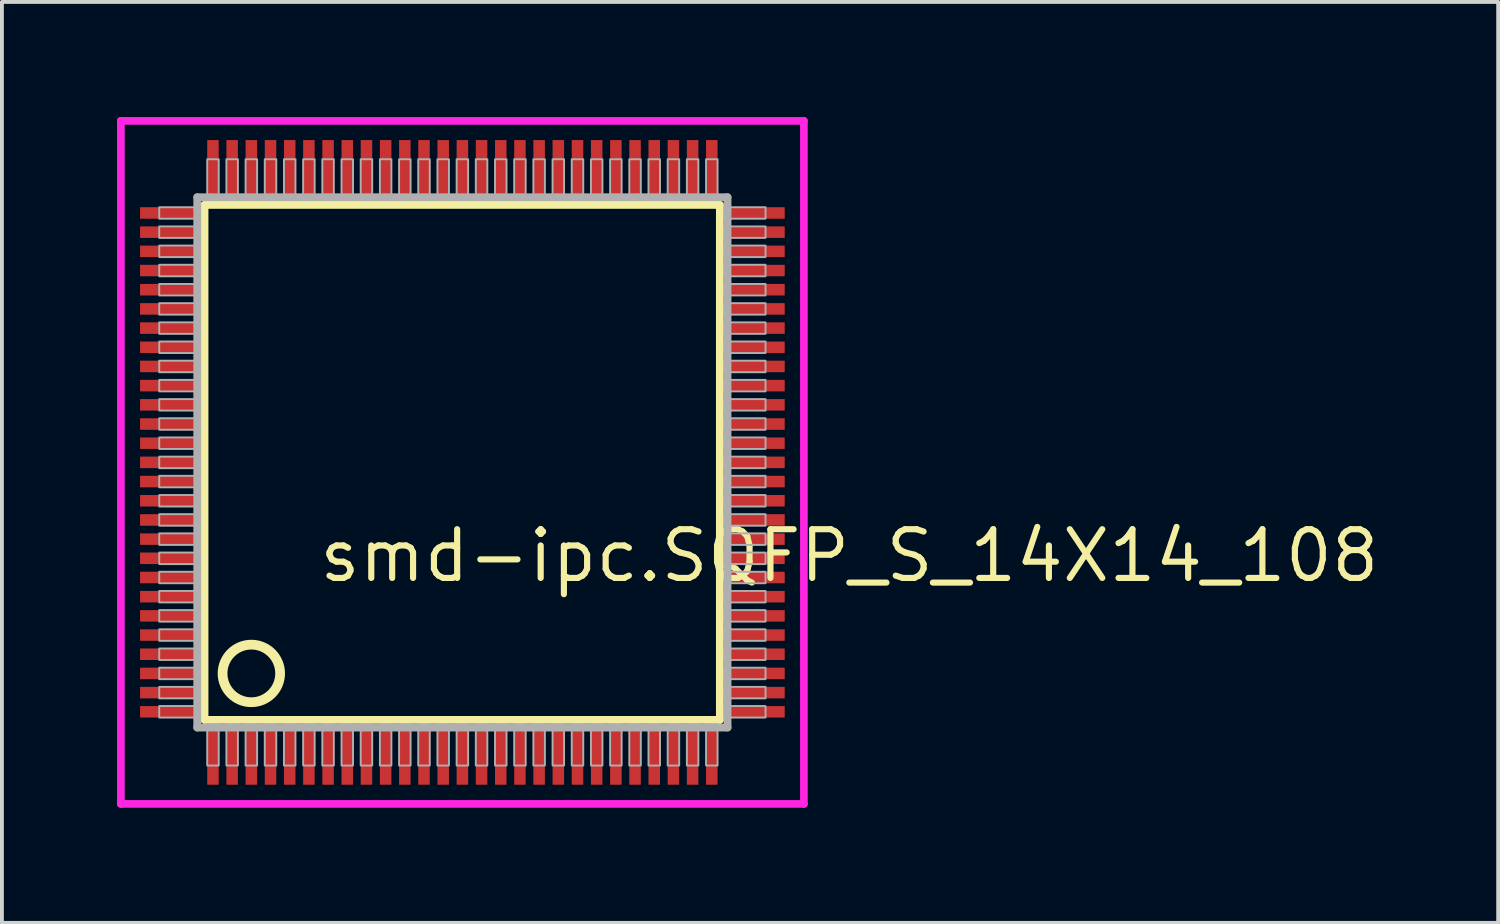
<source format=kicad_pcb>
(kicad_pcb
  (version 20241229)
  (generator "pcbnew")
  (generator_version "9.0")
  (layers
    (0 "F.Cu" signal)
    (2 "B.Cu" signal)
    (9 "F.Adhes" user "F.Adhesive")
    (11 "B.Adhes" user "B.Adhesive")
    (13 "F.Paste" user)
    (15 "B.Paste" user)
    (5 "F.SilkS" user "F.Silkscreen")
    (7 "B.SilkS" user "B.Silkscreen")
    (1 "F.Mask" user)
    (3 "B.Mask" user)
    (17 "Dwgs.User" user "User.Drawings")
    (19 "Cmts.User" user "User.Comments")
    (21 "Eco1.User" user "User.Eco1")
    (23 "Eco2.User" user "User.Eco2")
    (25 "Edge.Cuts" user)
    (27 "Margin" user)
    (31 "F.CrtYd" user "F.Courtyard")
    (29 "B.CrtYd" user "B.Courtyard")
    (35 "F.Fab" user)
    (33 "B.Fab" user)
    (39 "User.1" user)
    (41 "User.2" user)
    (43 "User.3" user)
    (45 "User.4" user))
  (footprint "smd-ipc.SQFP_S_14X14_108"
    (layer "F.Cu")
    (at 9 9)
    (property "Reference" "smd-ipc.SQFP_S_14X14_108" (at -3.81 3.175 0) (layer "F.SilkS") (effects (font (size 1.27 1.27) (thickness 0.16)) (justify left bottom)))
    (attr smd)
    (fp_line (start -6.72 -6.71) (end 6.71 -6.71) (stroke (width 0.203) (type default)) (layer "F.SilkS"))
    (fp_line (start -6.72 6.71) (end -6.72 -6.71) (stroke (width 0.203) (type default)) (layer "F.SilkS"))
    (fp_line (start 6.71 6.71) (end -6.72 6.71) (stroke (width 0.203) (type default)) (layer "F.SilkS"))
    (fp_line (start 6.71 -6.71) (end 6.71 6.71) (stroke (width 0.203) (type default)) (layer "F.SilkS"))
    (fp_circle (center -5.5 5.5) (end -4.75 5.5) (stroke (width 0.254) (type default)) (fill no) (layer "F.SilkS"))
    (fp_line (start -8.9 -8.9) (end 8.9 -8.9) (stroke (width 0.2) (type default)) (layer "F.CrtYd"))
    (fp_line (start -8.9 8.9) (end -8.9 -8.9) (stroke (width 0.2) (type default)) (layer "F.CrtYd"))
    (fp_line (start 8.9 -8.9) (end 8.9 8.9) (stroke (width 0.2) (type default)) (layer "F.CrtYd"))
    (fp_line (start 8.9 8.9) (end -8.9 8.9) (stroke (width 0.2) (type default)) (layer "F.CrtYd"))
    (fp_line (start -6.91 -6.91) (end -6.91 6.91) (stroke (width 0.203) (type default)) (layer "F.Fab"))
    (fp_line (start -6.91 6.91) (end 6.91 6.91) (stroke (width 0.203) (type default)) (layer "F.Fab"))
    (fp_line (start 6.91 -6.91) (end -6.91 -6.91) (stroke (width 0.203) (type default)) (layer "F.Fab"))
    (fp_line (start 6.91 6.91) (end 6.91 -6.91) (stroke (width 0.203) (type default)) (layer "F.Fab"))
    (fp_rect (start -7.9 -6.35) (end -6.95 -6.65) (stroke (width 0.05) (type default)) (fill no) (layer "F.Fab"))
    (fp_rect (start -7.9 -5.85) (end -6.95 -6.15) (stroke (width 0.05) (type default)) (fill no) (layer "F.Fab"))
    (fp_rect (start -7.9 -5.35) (end -6.95 -5.65) (stroke (width 0.05) (type default)) (fill no) (layer "F.Fab"))
    (fp_rect (start -7.9 -4.85) (end -6.95 -5.15) (stroke (width 0.05) (type default)) (fill no) (layer "F.Fab"))
    (fp_rect (start -7.9 -4.35) (end -6.95 -4.65) (stroke (width 0.05) (type default)) (fill no) (layer "F.Fab"))
    (fp_rect (start -7.9 -3.85) (end -6.95 -4.15) (stroke (width 0.05) (type default)) (fill no) (layer "F.Fab"))
    (fp_rect (start -7.9 -3.35) (end -6.95 -3.65) (stroke (width 0.05) (type default)) (fill no) (layer "F.Fab"))
    (fp_rect (start -7.9 -2.85) (end -6.95 -3.15) (stroke (width 0.05) (type default)) (fill no) (layer "F.Fab"))
    (fp_rect (start -7.9 -2.35) (end -6.95 -2.65) (stroke (width 0.05) (type default)) (fill no) (layer "F.Fab"))
    (fp_rect (start -7.9 -1.85) (end -6.95 -2.15) (stroke (width 0.05) (type default)) (fill no) (layer "F.Fab"))
    (fp_rect (start -7.9 -1.35) (end -6.95 -1.65) (stroke (width 0.05) (type default)) (fill no) (layer "F.Fab"))
    (fp_rect (start -7.9 -0.85) (end -6.95 -1.15) (stroke (width 0.05) (type default)) (fill no) (layer "F.Fab"))
    (fp_rect (start -7.9 -0.35) (end -6.95 -0.65) (stroke (width 0.05) (type default)) (fill no) (layer "F.Fab"))
    (fp_rect (start -7.9 0.15) (end -6.95 -0.15) (stroke (width 0.05) (type default)) (fill no) (layer "F.Fab"))
    (fp_rect (start -7.9 0.65) (end -6.95 0.35) (stroke (width 0.05) (type default)) (fill no) (layer "F.Fab"))
    (fp_rect (start -7.9 1.15) (end -6.95 0.85) (stroke (width 0.05) (type default)) (fill no) (layer "F.Fab"))
    (fp_rect (start -7.9 1.65) (end -6.95 1.35) (stroke (width 0.05) (type default)) (fill no) (layer "F.Fab"))
    (fp_rect (start -7.9 2.15) (end -6.95 1.85) (stroke (width 0.05) (type default)) (fill no) (layer "F.Fab"))
    (fp_rect (start -7.9 2.65) (end -6.95 2.35) (stroke (width 0.05) (type default)) (fill no) (layer "F.Fab"))
    (fp_rect (start -7.9 3.15) (end -6.95 2.85) (stroke (width 0.05) (type default)) (fill no) (layer "F.Fab"))
    (fp_rect (start -7.9 3.65) (end -6.95 3.35) (stroke (width 0.05) (type default)) (fill no) (layer "F.Fab"))
    (fp_rect (start -7.9 4.15) (end -6.95 3.85) (stroke (width 0.05) (type default)) (fill no) (layer "F.Fab"))
    (fp_rect (start -7.9 4.65) (end -6.95 4.35) (stroke (width 0.05) (type default)) (fill no) (layer "F.Fab"))
    (fp_rect (start -7.9 5.15) (end -6.95 4.85) (stroke (width 0.05) (type default)) (fill no) (layer "F.Fab"))
    (fp_rect (start -7.9 5.65) (end -6.95 5.35) (stroke (width 0.05) (type default)) (fill no) (layer "F.Fab"))
    (fp_rect (start -7.9 6.15) (end -6.95 5.85) (stroke (width 0.05) (type default)) (fill no) (layer "F.Fab"))
    (fp_rect (start -7.9 6.65) (end -6.95 6.35) (stroke (width 0.05) (type default)) (fill no) (layer "F.Fab"))
    (fp_rect (start -6.65 -6.95) (end -6.35 -7.9) (stroke (width 0.05) (type default)) (fill no) (layer "F.Fab"))
    (fp_rect (start -6.65 7.9) (end -6.35 6.95) (stroke (width 0.05) (type default)) (fill no) (layer "F.Fab"))
    (fp_rect (start -6.15 -6.95) (end -5.85 -7.9) (stroke (width 0.05) (type default)) (fill no) (layer "F.Fab"))
    (fp_rect (start -6.15 7.9) (end -5.85 6.95) (stroke (width 0.05) (type default)) (fill no) (layer "F.Fab"))
    (fp_rect (start -5.65 -6.95) (end -5.35 -7.9) (stroke (width 0.05) (type default)) (fill no) (layer "F.Fab"))
    (fp_rect (start -5.65 7.9) (end -5.35 6.95) (stroke (width 0.05) (type default)) (fill no) (layer "F.Fab"))
    (fp_rect (start -5.15 -6.95) (end -4.85 -7.9) (stroke (width 0.05) (type default)) (fill no) (layer "F.Fab"))
    (fp_rect (start -5.15 7.9) (end -4.85 6.95) (stroke (width 0.05) (type default)) (fill no) (layer "F.Fab"))
    (fp_rect (start -4.65 -6.95) (end -4.35 -7.9) (stroke (width 0.05) (type default)) (fill no) (layer "F.Fab"))
    (fp_rect (start -4.65 7.9) (end -4.35 6.95) (stroke (width 0.05) (type default)) (fill no) (layer "F.Fab"))
    (fp_rect (start -4.15 -6.95) (end -3.85 -7.9) (stroke (width 0.05) (type default)) (fill no) (layer "F.Fab"))
    (fp_rect (start -4.15 7.9) (end -3.85 6.95) (stroke (width 0.05) (type default)) (fill no) (layer "F.Fab"))
    (fp_rect (start -3.65 -6.95) (end -3.35 -7.9) (stroke (width 0.05) (type default)) (fill no) (layer "F.Fab"))
    (fp_rect (start -3.65 7.9) (end -3.35 6.95) (stroke (width 0.05) (type default)) (fill no) (layer "F.Fab"))
    (fp_rect (start -3.15 -6.95) (end -2.85 -7.9) (stroke (width 0.05) (type default)) (fill no) (layer "F.Fab"))
    (fp_rect (start -3.15 7.9) (end -2.85 6.95) (stroke (width 0.05) (type default)) (fill no) (layer "F.Fab"))
    (fp_rect (start -2.65 -6.95) (end -2.35 -7.9) (stroke (width 0.05) (type default)) (fill no) (layer "F.Fab"))
    (fp_rect (start -2.65 7.9) (end -2.35 6.95) (stroke (width 0.05) (type default)) (fill no) (layer "F.Fab"))
    (fp_rect (start -2.15 -6.95) (end -1.85 -7.9) (stroke (width 0.05) (type default)) (fill no) (layer "F.Fab"))
    (fp_rect (start -2.15 7.9) (end -1.85 6.95) (stroke (width 0.05) (type default)) (fill no) (layer "F.Fab"))
    (fp_rect (start -1.65 -6.95) (end -1.35 -7.9) (stroke (width 0.05) (type default)) (fill no) (layer "F.Fab"))
    (fp_rect (start -1.65 7.9) (end -1.35 6.95) (stroke (width 0.05) (type default)) (fill no) (layer "F.Fab"))
    (fp_rect (start -1.15 -6.95) (end -0.85 -7.9) (stroke (width 0.05) (type default)) (fill no) (layer "F.Fab"))
    (fp_rect (start -1.15 7.9) (end -0.85 6.95) (stroke (width 0.05) (type default)) (fill no) (layer "F.Fab"))
    (fp_rect (start -0.65 -6.95) (end -0.35 -7.9) (stroke (width 0.05) (type default)) (fill no) (layer "F.Fab"))
    (fp_rect (start -0.65 7.9) (end -0.35 6.95) (stroke (width 0.05) (type default)) (fill no) (layer "F.Fab"))
    (fp_rect (start -0.15 -6.95) (end 0.15 -7.9) (stroke (width 0.05) (type default)) (fill no) (layer "F.Fab"))
    (fp_rect (start -0.15 7.9) (end 0.15 6.95) (stroke (width 0.05) (type default)) (fill no) (layer "F.Fab"))
    (fp_rect (start 0.35 -6.95) (end 0.65 -7.9) (stroke (width 0.05) (type default)) (fill no) (layer "F.Fab"))
    (fp_rect (start 0.35 7.9) (end 0.65 6.95) (stroke (width 0.05) (type default)) (fill no) (layer "F.Fab"))
    (fp_rect (start 0.85 -6.95) (end 1.15 -7.9) (stroke (width 0.05) (type default)) (fill no) (layer "F.Fab"))
    (fp_rect (start 0.85 7.9) (end 1.15 6.95) (stroke (width 0.05) (type default)) (fill no) (layer "F.Fab"))
    (fp_rect (start 1.35 -6.95) (end 1.65 -7.9) (stroke (width 0.05) (type default)) (fill no) (layer "F.Fab"))
    (fp_rect (start 1.35 7.9) (end 1.65 6.95) (stroke (width 0.05) (type default)) (fill no) (layer "F.Fab"))
    (fp_rect (start 1.85 -6.95) (end 2.15 -7.9) (stroke (width 0.05) (type default)) (fill no) (layer "F.Fab"))
    (fp_rect (start 1.85 7.9) (end 2.15 6.95) (stroke (width 0.05) (type default)) (fill no) (layer "F.Fab"))
    (fp_rect (start 2.35 -6.95) (end 2.65 -7.9) (stroke (width 0.05) (type default)) (fill no) (layer "F.Fab"))
    (fp_rect (start 2.35 7.9) (end 2.65 6.95) (stroke (width 0.05) (type default)) (fill no) (layer "F.Fab"))
    (fp_rect (start 2.85 -6.95) (end 3.15 -7.9) (stroke (width 0.05) (type default)) (fill no) (layer "F.Fab"))
    (fp_rect (start 2.85 7.9) (end 3.15 6.95) (stroke (width 0.05) (type default)) (fill no) (layer "F.Fab"))
    (fp_rect (start 3.35 -6.95) (end 3.65 -7.9) (stroke (width 0.05) (type default)) (fill no) (layer "F.Fab"))
    (fp_rect (start 3.35 7.9) (end 3.65 6.95) (stroke (width 0.05) (type default)) (fill no) (layer "F.Fab"))
    (fp_rect (start 3.85 -6.95) (end 4.15 -7.9) (stroke (width 0.05) (type default)) (fill no) (layer "F.Fab"))
    (fp_rect (start 3.85 7.9) (end 4.15 6.95) (stroke (width 0.05) (type default)) (fill no) (layer "F.Fab"))
    (fp_rect (start 4.35 -6.95) (end 4.65 -7.9) (stroke (width 0.05) (type default)) (fill no) (layer "F.Fab"))
    (fp_rect (start 4.35 7.9) (end 4.65 6.95) (stroke (width 0.05) (type default)) (fill no) (layer "F.Fab"))
    (fp_rect (start 4.85 -6.95) (end 5.15 -7.9) (stroke (width 0.05) (type default)) (fill no) (layer "F.Fab"))
    (fp_rect (start 4.85 7.9) (end 5.15 6.95) (stroke (width 0.05) (type default)) (fill no) (layer "F.Fab"))
    (fp_rect (start 5.35 -6.95) (end 5.65 -7.9) (stroke (width 0.05) (type default)) (fill no) (layer "F.Fab"))
    (fp_rect (start 5.35 7.9) (end 5.65 6.95) (stroke (width 0.05) (type default)) (fill no) (layer "F.Fab"))
    (fp_rect (start 5.85 -6.95) (end 6.15 -7.9) (stroke (width 0.05) (type default)) (fill no) (layer "F.Fab"))
    (fp_rect (start 5.85 7.9) (end 6.15 6.95) (stroke (width 0.05) (type default)) (fill no) (layer "F.Fab"))
    (fp_rect (start 6.35 -6.95) (end 6.65 -7.9) (stroke (width 0.05) (type default)) (fill no) (layer "F.Fab"))
    (fp_rect (start 6.35 7.9) (end 6.65 6.95) (stroke (width 0.05) (type default)) (fill no) (layer "F.Fab"))
    (fp_rect (start 6.95 -6.35) (end 7.9 -6.65) (stroke (width 0.05) (type default)) (fill no) (layer "F.Fab"))
    (fp_rect (start 6.95 -5.85) (end 7.9 -6.15) (stroke (width 0.05) (type default)) (fill no) (layer "F.Fab"))
    (fp_rect (start 6.95 -5.35) (end 7.9 -5.65) (stroke (width 0.05) (type default)) (fill no) (layer "F.Fab"))
    (fp_rect (start 6.95 -4.85) (end 7.9 -5.15) (stroke (width 0.05) (type default)) (fill no) (layer "F.Fab"))
    (fp_rect (start 6.95 -4.35) (end 7.9 -4.65) (stroke (width 0.05) (type default)) (fill no) (layer "F.Fab"))
    (fp_rect (start 6.95 -3.85) (end 7.9 -4.15) (stroke (width 0.05) (type default)) (fill no) (layer "F.Fab"))
    (fp_rect (start 6.95 -3.35) (end 7.9 -3.65) (stroke (width 0.05) (type default)) (fill no) (layer "F.Fab"))
    (fp_rect (start 6.95 -2.85) (end 7.9 -3.15) (stroke (width 0.05) (type default)) (fill no) (layer "F.Fab"))
    (fp_rect (start 6.95 -2.35) (end 7.9 -2.65) (stroke (width 0.05) (type default)) (fill no) (layer "F.Fab"))
    (fp_rect (start 6.95 -1.85) (end 7.9 -2.15) (stroke (width 0.05) (type default)) (fill no) (layer "F.Fab"))
    (fp_rect (start 6.95 -1.35) (end 7.9 -1.65) (stroke (width 0.05) (type default)) (fill no) (layer "F.Fab"))
    (fp_rect (start 6.95 -0.85) (end 7.9 -1.15) (stroke (width 0.05) (type default)) (fill no) (layer "F.Fab"))
    (fp_rect (start 6.95 -0.35) (end 7.9 -0.65) (stroke (width 0.05) (type default)) (fill no) (layer "F.Fab"))
    (fp_rect (start 6.95 0.15) (end 7.9 -0.15) (stroke (width 0.05) (type default)) (fill no) (layer "F.Fab"))
    (fp_rect (start 6.95 0.65) (end 7.9 0.35) (stroke (width 0.05) (type default)) (fill no) (layer "F.Fab"))
    (fp_rect (start 6.95 1.15) (end 7.9 0.85) (stroke (width 0.05) (type default)) (fill no) (layer "F.Fab"))
    (fp_rect (start 6.95 1.65) (end 7.9 1.35) (stroke (width 0.05) (type default)) (fill no) (layer "F.Fab"))
    (fp_rect (start 6.95 2.15) (end 7.9 1.85) (stroke (width 0.05) (type default)) (fill no) (layer "F.Fab"))
    (fp_rect (start 6.95 2.65) (end 7.9 2.35) (stroke (width 0.05) (type default)) (fill no) (layer "F.Fab"))
    (fp_rect (start 6.95 3.15) (end 7.9 2.85) (stroke (width 0.05) (type default)) (fill no) (layer "F.Fab"))
    (fp_rect (start 6.95 3.65) (end 7.9 3.35) (stroke (width 0.05) (type default)) (fill no) (layer "F.Fab"))
    (fp_rect (start 6.95 4.15) (end 7.9 3.85) (stroke (width 0.05) (type default)) (fill no) (layer "F.Fab"))
    (fp_rect (start 6.95 4.65) (end 7.9 4.35) (stroke (width 0.05) (type default)) (fill no) (layer "F.Fab"))
    (fp_rect (start 6.95 5.15) (end 7.9 4.85) (stroke (width 0.05) (type default)) (fill no) (layer "F.Fab"))
    (fp_rect (start 6.95 5.65) (end 7.9 5.35) (stroke (width 0.05) (type default)) (fill no) (layer "F.Fab"))
    (fp_rect (start 6.95 6.15) (end 7.9 5.85) (stroke (width 0.05) (type default)) (fill no) (layer "F.Fab"))
    (fp_rect (start 6.95 6.65) (end 7.9 6.35) (stroke (width 0.05) (type default)) (fill no) (layer "F.Fab"))
    (pad "1" smd roundrect (at -6.5 7.6) (size 0.3 1.6) (layers "F.Cu" "F.Mask" "F.Paste") (roundrect_rratio 0.01))
    (pad "2" smd roundrect (at -6 7.6) (size 0.3 1.6) (layers "F.Cu" "F.Mask" "F.Paste") (roundrect_rratio 0.01))
    (pad "3" smd roundrect (at -5.5 7.6) (size 0.3 1.6) (layers "F.Cu" "F.Mask" "F.Paste") (roundrect_rratio 0.01))
    (pad "4" smd roundrect (at -5 7.6) (size 0.3 1.6) (layers "F.Cu" "F.Mask" "F.Paste") (roundrect_rratio 0.01))
    (pad "5" smd roundrect (at -4.5 7.6) (size 0.3 1.6) (layers "F.Cu" "F.Mask" "F.Paste") (roundrect_rratio 0.01))
    (pad "6" smd roundrect (at -4 7.6) (size 0.3 1.6) (layers "F.Cu" "F.Mask" "F.Paste") (roundrect_rratio 0.01))
    (pad "7" smd roundrect (at -3.5 7.6) (size 0.3 1.6) (layers "F.Cu" "F.Mask" "F.Paste") (roundrect_rratio 0.01))
    (pad "8" smd roundrect (at -3 7.6) (size 0.3 1.6) (layers "F.Cu" "F.Mask" "F.Paste") (roundrect_rratio 0.01))
    (pad "9" smd roundrect (at -2.5 7.6) (size 0.3 1.6) (layers "F.Cu" "F.Mask" "F.Paste") (roundrect_rratio 0.01))
    (pad "10" smd roundrect (at -2 7.6) (size 0.3 1.6) (layers "F.Cu" "F.Mask" "F.Paste") (roundrect_rratio 0.01))
    (pad "11" smd roundrect (at -1.5 7.6) (size 0.3 1.6) (layers "F.Cu" "F.Mask" "F.Paste") (roundrect_rratio 0.01))
    (pad "12" smd roundrect (at -1 7.6) (size 0.3 1.6) (layers "F.Cu" "F.Mask" "F.Paste") (roundrect_rratio 0.01))
    (pad "13" smd roundrect (at -0.5 7.6) (size 0.3 1.6) (layers "F.Cu" "F.Mask" "F.Paste") (roundrect_rratio 0.01))
    (pad "14" smd roundrect (at 0 7.6) (size 0.3 1.6) (layers "F.Cu" "F.Mask" "F.Paste") (roundrect_rratio 0.01))
    (pad "15" smd roundrect (at 0.5 7.6) (size 0.3 1.6) (layers "F.Cu" "F.Mask" "F.Paste") (roundrect_rratio 0.01))
    (pad "16" smd roundrect (at 1 7.6) (size 0.3 1.6) (layers "F.Cu" "F.Mask" "F.Paste") (roundrect_rratio 0.01))
    (pad "17" smd roundrect (at 1.5 7.6) (size 0.3 1.6) (layers "F.Cu" "F.Mask" "F.Paste") (roundrect_rratio 0.01))
    (pad "18" smd roundrect (at 2 7.6) (size 0.3 1.6) (layers "F.Cu" "F.Mask" "F.Paste") (roundrect_rratio 0.01))
    (pad "19" smd roundrect (at 2.5 7.6) (size 0.3 1.6) (layers "F.Cu" "F.Mask" "F.Paste") (roundrect_rratio 0.01))
    (pad "20" smd roundrect (at 3 7.6) (size 0.3 1.6) (layers "F.Cu" "F.Mask" "F.Paste") (roundrect_rratio 0.01))
    (pad "21" smd roundrect (at 3.5 7.6) (size 0.3 1.6) (layers "F.Cu" "F.Mask" "F.Paste") (roundrect_rratio 0.01))
    (pad "22" smd roundrect (at 4 7.6) (size 0.3 1.6) (layers "F.Cu" "F.Mask" "F.Paste") (roundrect_rratio 0.01))
    (pad "23" smd roundrect (at 4.5 7.6) (size 0.3 1.6) (layers "F.Cu" "F.Mask" "F.Paste") (roundrect_rratio 0.01))
    (pad "24" smd roundrect (at 5 7.6) (size 0.3 1.6) (layers "F.Cu" "F.Mask" "F.Paste") (roundrect_rratio 0.01))
    (pad "25" smd roundrect (at 5.5 7.6) (size 0.3 1.6) (layers "F.Cu" "F.Mask" "F.Paste") (roundrect_rratio 0.01))
    (pad "26" smd roundrect (at 6 7.6) (size 0.3 1.6) (layers "F.Cu" "F.Mask" "F.Paste") (roundrect_rratio 0.01))
    (pad "27" smd roundrect (at 6.5 7.6) (size 0.3 1.6) (layers "F.Cu" "F.Mask" "F.Paste") (roundrect_rratio 0.01))
    (pad "28" smd roundrect (at 7.6 6.5) (size 1.6 0.3) (layers "F.Cu" "F.Mask" "F.Paste") (roundrect_rratio 0.01))
    (pad "29" smd roundrect (at 7.6 6) (size 1.6 0.3) (layers "F.Cu" "F.Mask" "F.Paste") (roundrect_rratio 0.01))
    (pad "30" smd roundrect (at 7.6 5.5) (size 1.6 0.3) (layers "F.Cu" "F.Mask" "F.Paste") (roundrect_rratio 0.01))
    (pad "31" smd roundrect (at 7.6 5) (size 1.6 0.3) (layers "F.Cu" "F.Mask" "F.Paste") (roundrect_rratio 0.01))
    (pad "32" smd roundrect (at 7.6 4.5) (size 1.6 0.3) (layers "F.Cu" "F.Mask" "F.Paste") (roundrect_rratio 0.01))
    (pad "33" smd roundrect (at 7.6 4) (size 1.6 0.3) (layers "F.Cu" "F.Mask" "F.Paste") (roundrect_rratio 0.01))
    (pad "34" smd roundrect (at 7.6 3.5) (size 1.6 0.3) (layers "F.Cu" "F.Mask" "F.Paste") (roundrect_rratio 0.01))
    (pad "35" smd roundrect (at 7.6 3) (size 1.6 0.3) (layers "F.Cu" "F.Mask" "F.Paste") (roundrect_rratio 0.01))
    (pad "36" smd roundrect (at 7.6 2.5) (size 1.6 0.3) (layers "F.Cu" "F.Mask" "F.Paste") (roundrect_rratio 0.01))
    (pad "37" smd roundrect (at 7.6 2) (size 1.6 0.3) (layers "F.Cu" "F.Mask" "F.Paste") (roundrect_rratio 0.01))
    (pad "38" smd roundrect (at 7.6 1.5) (size 1.6 0.3) (layers "F.Cu" "F.Mask" "F.Paste") (roundrect_rratio 0.01))
    (pad "39" smd roundrect (at 7.6 1) (size 1.6 0.3) (layers "F.Cu" "F.Mask" "F.Paste") (roundrect_rratio 0.01))
    (pad "40" smd roundrect (at 7.6 0.5) (size 1.6 0.3) (layers "F.Cu" "F.Mask" "F.Paste") (roundrect_rratio 0.01))
    (pad "41" smd roundrect (at 7.6 0) (size 1.6 0.3) (layers "F.Cu" "F.Mask" "F.Paste") (roundrect_rratio 0.01))
    (pad "42" smd roundrect (at 7.6 -0.5) (size 1.6 0.3) (layers "F.Cu" "F.Mask" "F.Paste") (roundrect_rratio 0.01))
    (pad "43" smd roundrect (at 7.6 -1) (size 1.6 0.3) (layers "F.Cu" "F.Mask" "F.Paste") (roundrect_rratio 0.01))
    (pad "44" smd roundrect (at 7.6 -1.5) (size 1.6 0.3) (layers "F.Cu" "F.Mask" "F.Paste") (roundrect_rratio 0.01))
    (pad "45" smd roundrect (at 7.6 -2) (size 1.6 0.3) (layers "F.Cu" "F.Mask" "F.Paste") (roundrect_rratio 0.01))
    (pad "46" smd roundrect (at 7.6 -2.5) (size 1.6 0.3) (layers "F.Cu" "F.Mask" "F.Paste") (roundrect_rratio 0.01))
    (pad "47" smd roundrect (at 7.6 -3) (size 1.6 0.3) (layers "F.Cu" "F.Mask" "F.Paste") (roundrect_rratio 0.01))
    (pad "48" smd roundrect (at 7.6 -3.5) (size 1.6 0.3) (layers "F.Cu" "F.Mask" "F.Paste") (roundrect_rratio 0.01))
    (pad "49" smd roundrect (at 7.6 -4) (size 1.6 0.3) (layers "F.Cu" "F.Mask" "F.Paste") (roundrect_rratio 0.01))
    (pad "50" smd roundrect (at 7.6 -4.5) (size 1.6 0.3) (layers "F.Cu" "F.Mask" "F.Paste") (roundrect_rratio 0.01))
    (pad "51" smd roundrect (at 7.6 -5) (size 1.6 0.3) (layers "F.Cu" "F.Mask" "F.Paste") (roundrect_rratio 0.01))
    (pad "52" smd roundrect (at 7.6 -5.5) (size 1.6 0.3) (layers "F.Cu" "F.Mask" "F.Paste") (roundrect_rratio 0.01))
    (pad "53" smd roundrect (at 7.6 -6) (size 1.6 0.3) (layers "F.Cu" "F.Mask" "F.Paste") (roundrect_rratio 0.01))
    (pad "54" smd roundrect (at 7.6 -6.5) (size 1.6 0.3) (layers "F.Cu" "F.Mask" "F.Paste") (roundrect_rratio 0.01))
    (pad "55" smd roundrect (at 6.5 -7.6) (size 0.3 1.6) (layers "F.Cu" "F.Mask" "F.Paste") (roundrect_rratio 0.01))
    (pad "56" smd roundrect (at 6 -7.6) (size 0.3 1.6) (layers "F.Cu" "F.Mask" "F.Paste") (roundrect_rratio 0.01))
    (pad "57" smd roundrect (at 5.5 -7.6) (size 0.3 1.6) (layers "F.Cu" "F.Mask" "F.Paste") (roundrect_rratio 0.01))
    (pad "58" smd roundrect (at 5 -7.6) (size 0.3 1.6) (layers "F.Cu" "F.Mask" "F.Paste") (roundrect_rratio 0.01))
    (pad "59" smd roundrect (at 4.5 -7.6) (size 0.3 1.6) (layers "F.Cu" "F.Mask" "F.Paste") (roundrect_rratio 0.01))
    (pad "60" smd roundrect (at 4 -7.6) (size 0.3 1.6) (layers "F.Cu" "F.Mask" "F.Paste") (roundrect_rratio 0.01))
    (pad "61" smd roundrect (at 3.5 -7.6) (size 0.3 1.6) (layers "F.Cu" "F.Mask" "F.Paste") (roundrect_rratio 0.01))
    (pad "62" smd roundrect (at 3 -7.6) (size 0.3 1.6) (layers "F.Cu" "F.Mask" "F.Paste") (roundrect_rratio 0.01))
    (pad "63" smd roundrect (at 2.5 -7.6) (size 0.3 1.6) (layers "F.Cu" "F.Mask" "F.Paste") (roundrect_rratio 0.01))
    (pad "64" smd roundrect (at 2 -7.6) (size 0.3 1.6) (layers "F.Cu" "F.Mask" "F.Paste") (roundrect_rratio 0.01))
    (pad "65" smd roundrect (at 1.5 -7.6) (size 0.3 1.6) (layers "F.Cu" "F.Mask" "F.Paste") (roundrect_rratio 0.01))
    (pad "66" smd roundrect (at 1 -7.6) (size 0.3 1.6) (layers "F.Cu" "F.Mask" "F.Paste") (roundrect_rratio 0.01))
    (pad "67" smd roundrect (at 0.5 -7.6) (size 0.3 1.6) (layers "F.Cu" "F.Mask" "F.Paste") (roundrect_rratio 0.01))
    (pad "68" smd roundrect (at 0 -7.6) (size 0.3 1.6) (layers "F.Cu" "F.Mask" "F.Paste") (roundrect_rratio 0.01))
    (pad "69" smd roundrect (at -0.5 -7.6) (size 0.3 1.6) (layers "F.Cu" "F.Mask" "F.Paste") (roundrect_rratio 0.01))
    (pad "70" smd roundrect (at -1 -7.6) (size 0.3 1.6) (layers "F.Cu" "F.Mask" "F.Paste") (roundrect_rratio 0.01))
    (pad "71" smd roundrect (at -1.5 -7.6) (size 0.3 1.6) (layers "F.Cu" "F.Mask" "F.Paste") (roundrect_rratio 0.01))
    (pad "72" smd roundrect (at -2 -7.6) (size 0.3 1.6) (layers "F.Cu" "F.Mask" "F.Paste") (roundrect_rratio 0.01))
    (pad "73" smd roundrect (at -2.5 -7.6) (size 0.3 1.6) (layers "F.Cu" "F.Mask" "F.Paste") (roundrect_rratio 0.01))
    (pad "74" smd roundrect (at -3 -7.6) (size 0.3 1.6) (layers "F.Cu" "F.Mask" "F.Paste") (roundrect_rratio 0.01))
    (pad "75" smd roundrect (at -3.5 -7.6) (size 0.3 1.6) (layers "F.Cu" "F.Mask" "F.Paste") (roundrect_rratio 0.01))
    (pad "76" smd roundrect (at -4 -7.6) (size 0.3 1.6) (layers "F.Cu" "F.Mask" "F.Paste") (roundrect_rratio 0.01))
    (pad "77" smd roundrect (at -4.5 -7.6) (size 0.3 1.6) (layers "F.Cu" "F.Mask" "F.Paste") (roundrect_rratio 0.01))
    (pad "78" smd roundrect (at -5 -7.6) (size 0.3 1.6) (layers "F.Cu" "F.Mask" "F.Paste") (roundrect_rratio 0.01))
    (pad "79" smd roundrect (at -5.5 -7.6) (size 0.3 1.6) (layers "F.Cu" "F.Mask" "F.Paste") (roundrect_rratio 0.01))
    (pad "80" smd roundrect (at -6 -7.6) (size 0.3 1.6) (layers "F.Cu" "F.Mask" "F.Paste") (roundrect_rratio 0.01))
    (pad "81" smd roundrect (at -6.5 -7.6) (size 0.3 1.6) (layers "F.Cu" "F.Mask" "F.Paste") (roundrect_rratio 0.01))
    (pad "82" smd roundrect (at -7.6 -6.5) (size 1.6 0.3) (layers "F.Cu" "F.Mask" "F.Paste") (roundrect_rratio 0.01))
    (pad "83" smd roundrect (at -7.6 -6) (size 1.6 0.3) (layers "F.Cu" "F.Mask" "F.Paste") (roundrect_rratio 0.01))
    (pad "84" smd roundrect (at -7.6 -5.5) (size 1.6 0.3) (layers "F.Cu" "F.Mask" "F.Paste") (roundrect_rratio 0.01))
    (pad "85" smd roundrect (at -7.6 -5) (size 1.6 0.3) (layers "F.Cu" "F.Mask" "F.Paste") (roundrect_rratio 0.01))
    (pad "86" smd roundrect (at -7.6 -4.5) (size 1.6 0.3) (layers "F.Cu" "F.Mask" "F.Paste") (roundrect_rratio 0.01))
    (pad "87" smd roundrect (at -7.6 -4) (size 1.6 0.3) (layers "F.Cu" "F.Mask" "F.Paste") (roundrect_rratio 0.01))
    (pad "88" smd roundrect (at -7.6 -3.5) (size 1.6 0.3) (layers "F.Cu" "F.Mask" "F.Paste") (roundrect_rratio 0.01))
    (pad "89" smd roundrect (at -7.6 -3) (size 1.6 0.3) (layers "F.Cu" "F.Mask" "F.Paste") (roundrect_rratio 0.01))
    (pad "90" smd roundrect (at -7.6 -2.5) (size 1.6 0.3) (layers "F.Cu" "F.Mask" "F.Paste") (roundrect_rratio 0.01))
    (pad "91" smd roundrect (at -7.6 -2) (size 1.6 0.3) (layers "F.Cu" "F.Mask" "F.Paste") (roundrect_rratio 0.01))
    (pad "92" smd roundrect (at -7.6 -1.5) (size 1.6 0.3) (layers "F.Cu" "F.Mask" "F.Paste") (roundrect_rratio 0.01))
    (pad "93" smd roundrect (at -7.6 -1) (size 1.6 0.3) (layers "F.Cu" "F.Mask" "F.Paste") (roundrect_rratio 0.01))
    (pad "94" smd roundrect (at -7.6 -0.5) (size 1.6 0.3) (layers "F.Cu" "F.Mask" "F.Paste") (roundrect_rratio 0.01))
    (pad "95" smd roundrect (at -7.6 0) (size 1.6 0.3) (layers "F.Cu" "F.Mask" "F.Paste") (roundrect_rratio 0.01))
    (pad "96" smd roundrect (at -7.6 0.5) (size 1.6 0.3) (layers "F.Cu" "F.Mask" "F.Paste") (roundrect_rratio 0.01))
    (pad "97" smd roundrect (at -7.6 1) (size 1.6 0.3) (layers "F.Cu" "F.Mask" "F.Paste") (roundrect_rratio 0.01))
    (pad "98" smd roundrect (at -7.6 1.5) (size 1.6 0.3) (layers "F.Cu" "F.Mask" "F.Paste") (roundrect_rratio 0.01))
    (pad "99" smd roundrect (at -7.6 2) (size 1.6 0.3) (layers "F.Cu" "F.Mask" "F.Paste") (roundrect_rratio 0.01))
    (pad "100" smd roundrect (at -7.6 2.5) (size 1.6 0.3) (layers "F.Cu" "F.Mask" "F.Paste") (roundrect_rratio 0.01))
    (pad "101" smd roundrect (at -7.6 3) (size 1.6 0.3) (layers "F.Cu" "F.Mask" "F.Paste") (roundrect_rratio 0.01))
    (pad "102" smd roundrect (at -7.6 3.5) (size 1.6 0.3) (layers "F.Cu" "F.Mask" "F.Paste") (roundrect_rratio 0.01))
    (pad "103" smd roundrect (at -7.6 4) (size 1.6 0.3) (layers "F.Cu" "F.Mask" "F.Paste") (roundrect_rratio 0.01))
    (pad "104" smd roundrect (at -7.6 4.5) (size 1.6 0.3) (layers "F.Cu" "F.Mask" "F.Paste") (roundrect_rratio 0.01))
    (pad "105" smd roundrect (at -7.6 5) (size 1.6 0.3) (layers "F.Cu" "F.Mask" "F.Paste") (roundrect_rratio 0.01))
    (pad "106" smd roundrect (at -7.6 5.5) (size 1.6 0.3) (layers "F.Cu" "F.Mask" "F.Paste") (roundrect_rratio 0.01))
    (pad "107" smd roundrect (at -7.6 6) (size 1.6 0.3) (layers "F.Cu" "F.Mask" "F.Paste") (roundrect_rratio 0.01))
    (pad "108" smd roundrect (at -7.6 6.5) (size 1.6 0.3) (layers "F.Cu" "F.Mask" "F.Paste") (roundrect_rratio 0.01)))
  (gr_rect
    (start -3 -3)
    (end 35.993 21)
    (stroke (width 0.1) (type default))
    (fill no)
    (layer "Edge.Cuts")))
</source>
